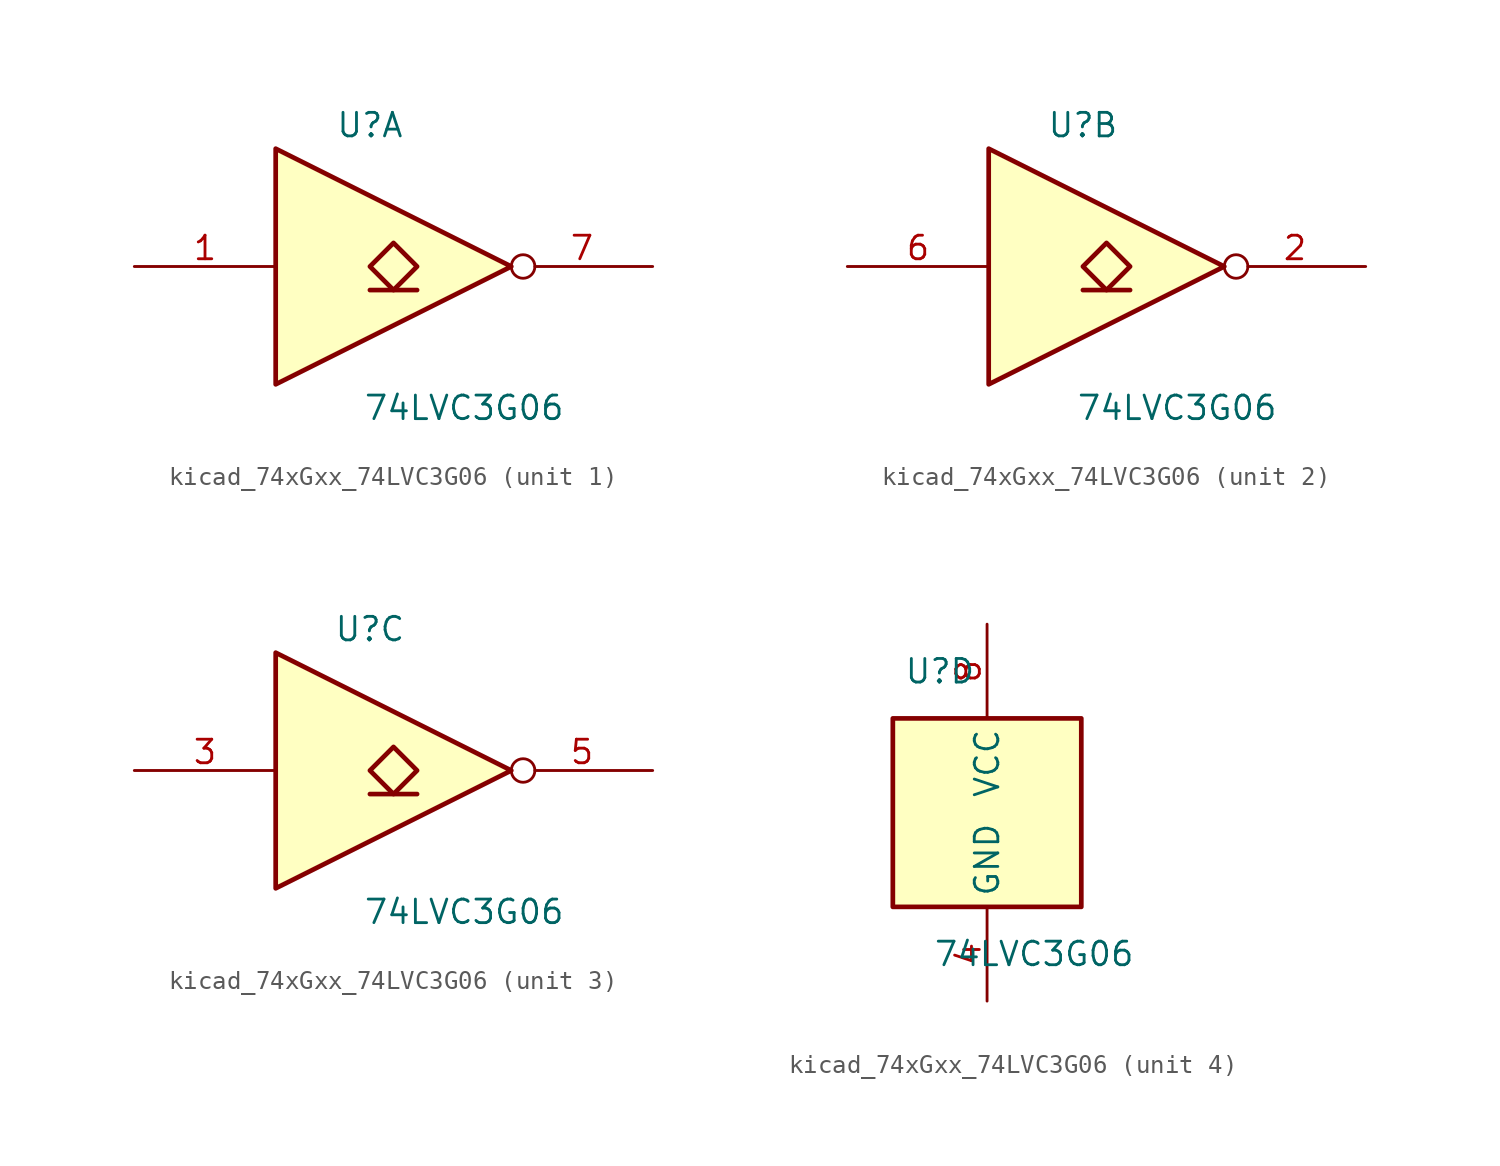
<source format=kicad_sym>
(kicad_symbol_lib
  (version 20220914)
  (generator kicad_symbol_editor)
  (symbol "kicad_74xGxx_74LVC3G06"
    (property "Reference" "U"
      (at -2.54 7.62 0)
      (effects (font (size 1.27 1.27))))
    (property "Value" "74LVC3G06"
      (at 2.54 -7.62 0)
      (effects (font (size 1.27 1.27))))
    (symbol "kicad_74xGxx_74LVC3G06_1_1"
      (polyline (pts (xy -2.54 -1.27) (xy 0 -1.27)) (stroke (width 0.254) (type default)) (fill (type background)))
      (polyline (pts (xy -7.62 6.35) (xy -7.62 -6.35) (xy 5.08 0) (xy -7.62 6.35)) (stroke (width 0.254) (type default)) (fill (type background)))
      (polyline (pts (xy -1.27 1.27) (xy -2.54 0) (xy -1.27 -1.27) (xy 0 0) (xy -1.27 1.27)) (stroke (width 0.254) (type default)) (fill (type background)))
      (pin input line (at -15.24 0 0) (length 7.62) (name "~" (effects (font (size 1.27 1.27)))) (number "1" (effects (font (size 1.27 1.27)))))
      (pin open_collector inverted (at 12.7 0 180) (length 7.62) (name "~" (effects (font (size 1.27 1.27)))) (number "7" (effects (font (size 1.27 1.27))))))
    (symbol "kicad_74xGxx_74LVC3G06_2_1"
      (polyline (pts (xy -2.54 -1.27) (xy 0 -1.27)) (stroke (width 0.254) (type default)) (fill (type background)))
      (polyline (pts (xy -7.62 6.35) (xy -7.62 -6.35) (xy 5.08 0) (xy -7.62 6.35)) (stroke (width 0.254) (type default)) (fill (type background)))
      (polyline (pts (xy -1.27 1.27) (xy -2.54 0) (xy -1.27 -1.27) (xy 0 0) (xy -1.27 1.27)) (stroke (width 0.254) (type default)) (fill (type background)))
      (pin open_collector inverted (at 12.7 0 180) (length 7.62) (name "~" (effects (font (size 1.27 1.27)))) (number "2" (effects (font (size 1.27 1.27)))))
      (pin input line (at -15.24 0 0) (length 7.62) (name "~" (effects (font (size 1.27 1.27)))) (number "6" (effects (font (size 1.27 1.27))))))
    (symbol "kicad_74xGxx_74LVC3G06_3_1"
      (polyline (pts (xy -2.54 -1.27) (xy 0 -1.27)) (stroke (width 0.254) (type default)) (fill (type background)))
      (polyline (pts (xy -7.62 6.35) (xy -7.62 -6.35) (xy 5.08 0) (xy -7.62 6.35)) (stroke (width 0.254) (type default)) (fill (type background)))
      (polyline (pts (xy -1.27 1.27) (xy -2.54 0) (xy -1.27 -1.27) (xy 0 0) (xy -1.27 1.27)) (stroke (width 0.254) (type default)) (fill (type background)))
      (pin input line (at -15.24 0 0) (length 7.62) (name "~" (effects (font (size 1.27 1.27)))) (number "3" (effects (font (size 1.27 1.27)))))
      (pin open_collector inverted (at 12.7 0 180) (length 7.62) (name "~" (effects (font (size 1.27 1.27)))) (number "5" (effects (font (size 1.27 1.27))))))
    (symbol "kicad_74xGxx_74LVC3G06_4_0"
      (rectangle (start -5.08 -5.08) (end 5.08 5.08) (stroke (width 0.254) (type default)) (fill (type background))))
    (symbol "kicad_74xGxx_74LVC3G06_4_1"
      (pin power_in line (at 0 -10.16 90) (length 5.08) (name "GND" (effects (font (size 1.27 1.27)))) (number "4" (effects (font (size 1.27 1.27)))))
      (pin power_in line (at 0 10.16 270) (length 5.08) (name "VCC" (effects (font (size 1.27 1.27)))) (number "8" (effects (font (size 1.27 1.27))))))))
</source>
